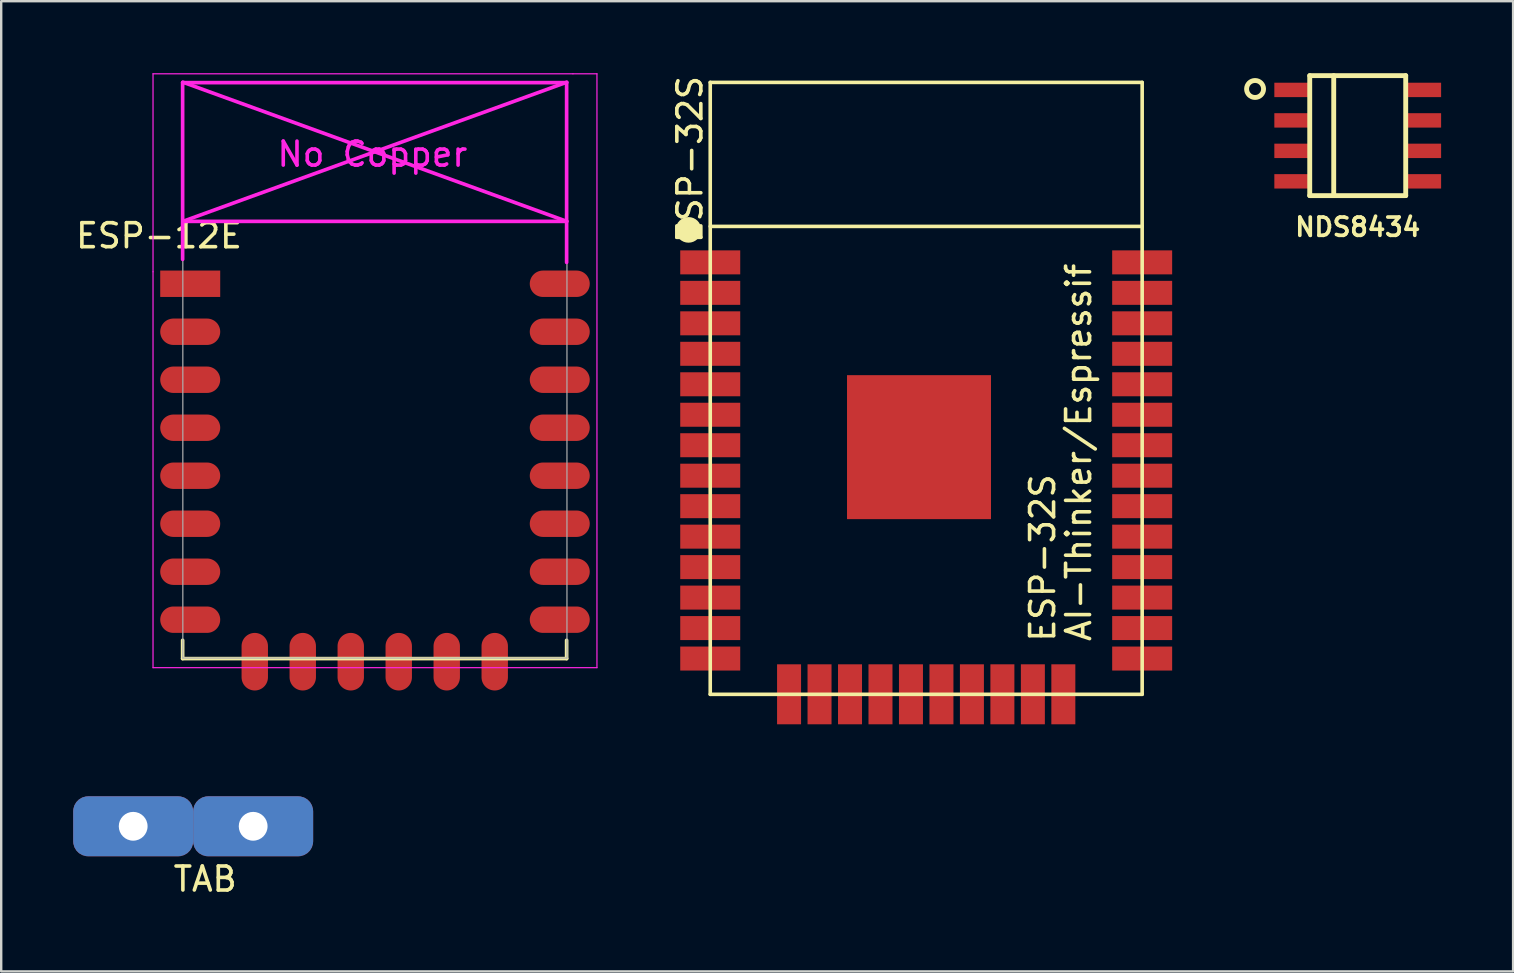
<source format=kicad_pcb>
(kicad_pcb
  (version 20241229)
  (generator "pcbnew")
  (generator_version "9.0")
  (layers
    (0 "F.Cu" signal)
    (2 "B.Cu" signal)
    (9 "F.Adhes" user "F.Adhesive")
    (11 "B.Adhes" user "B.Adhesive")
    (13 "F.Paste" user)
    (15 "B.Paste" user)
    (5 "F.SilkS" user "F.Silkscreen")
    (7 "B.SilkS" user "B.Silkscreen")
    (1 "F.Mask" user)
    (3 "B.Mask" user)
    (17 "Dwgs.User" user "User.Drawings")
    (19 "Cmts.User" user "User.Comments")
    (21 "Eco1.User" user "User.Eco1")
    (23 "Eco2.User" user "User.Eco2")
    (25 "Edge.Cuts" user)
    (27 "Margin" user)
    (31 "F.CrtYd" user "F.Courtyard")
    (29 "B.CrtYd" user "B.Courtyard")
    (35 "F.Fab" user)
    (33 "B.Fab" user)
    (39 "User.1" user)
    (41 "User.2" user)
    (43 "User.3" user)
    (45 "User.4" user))
  (footprint "TAB"
    (layer "F.Cu")
    (at 5 31.384)
    (property "Reference" "TAB" (at 0.5 2.2 0) (layer "F.SilkS") (effects (font (size 1 1) (thickness 0.15))))
    (attr through_hole)
    (pad "1" thru_hole roundrect (at -2.5 0) (size 5 2.5) (drill 1.2) (layers "*.Cu" "*.Mask") (roundrect_rratio 0.25))
    (pad "1" thru_hole roundrect (at 2.5 0) (size 5 2.5) (drill 1.2) (layers "*.Cu" "*.Mask") (roundrect_rratio 0.25)))
  (footprint "NDS8434"
    (layer "F.Cu")
    (at 53.531 2.602)
    (property "Reference" "NDS8434" (at 0 3.81 0) (layer "F.SilkS") (effects (font (size 0.762 0.762) (thickness 0.152))))
    (attr smd)
    (fp_line (start -2 -2.5) (end -2 2.5) (stroke (width 0.203) (type solid)) (layer "F.SilkS"))
    (fp_line (start -2 2.5) (end 2 2.5) (stroke (width 0.203) (type solid)) (layer "F.SilkS"))
    (fp_line (start -1 -2.5) (end -1 2.5) (stroke (width 0.203) (type solid)) (layer "F.SilkS"))
    (fp_line (start 2 -2.5) (end -2 -2.5) (stroke (width 0.203) (type solid)) (layer "F.SilkS"))
    (fp_line (start 2 2.5) (end 2 -2.5) (stroke (width 0.203) (type solid)) (layer "F.SilkS"))
    (fp_circle (center -4.278 -1.944) (end -4.028 -1.694) (stroke (width 0.203) (type solid)) (fill no) (layer "F.SilkS"))
    (pad "1" smd rect (at 2.7 -1.905) (size 1.55 0.6) (layers "F.Cu" "F.Mask" "F.Paste"))
    (pad "2" smd rect (at -2.7 -1.905) (size 1.55 0.6) (layers "F.Cu" "F.Mask" "F.Paste"))
    (pad "2" smd rect (at -2.7 -0.635) (size 1.55 0.6) (layers "F.Cu" "F.Mask" "F.Paste"))
    (pad "2" smd rect (at -2.7 0.635) (size 1.55 0.6) (layers "F.Cu" "F.Mask" "F.Paste"))
    (pad "2" smd rect (at -2.7 1.905) (size 1.55 0.6) (layers "F.Cu" "F.Mask" "F.Paste"))
    (pad "3" smd rect (at 2.7 -0.635) (size 1.55 0.6) (layers "F.Cu" "F.Mask" "F.Paste"))
    (pad "3" smd rect (at 2.7 0.635) (size 1.55 0.6) (layers "F.Cu" "F.Mask" "F.Paste"))
    (pad "3" smd rect (at 2.7 1.905) (size 1.55 0.6) (layers "F.Cu" "F.Mask" "F.Paste")))
  (footprint "ESP-32S"
    (layer "F.Cu")
    (at 35.601 17.401)
    (property "Reference" "ESP-32S" (at -9.9 -13.8 270) (layer "F.SilkS") (effects (font (size 1 1) (thickness 0.15))))
    (attr through_hole)
    (fp_line (start -9.053 -17.017) (end -9.053 8.483) (stroke (width 0.15) (type solid)) (layer "F.SilkS"))
    (fp_line (start 8.947 -17.017) (end -9.053 -17.017) (stroke (width 0.15) (type solid)) (layer "F.SilkS"))
    (fp_line (start 8.947 -17.017) (end 8.947 8.483) (stroke (width 0.15) (type solid)) (layer "F.SilkS"))
    (fp_line (start 8.947 -11.017) (end -9.053 -11.017) (stroke (width 0.15) (type solid)) (layer "F.SilkS"))
    (fp_line (start 8.947 8.483) (end -9.053 8.483) (stroke (width 0.15) (type solid)) (layer "F.SilkS"))
    (fp_circle (center -9.959 -10.871) (end -10.086 -11.125) (stroke (width 0.5) (type solid)) (fill no) (layer "F.SilkS"))
    (fp_text user "ESP-32S" (at 4.8 2.8 90) (layer "F.SilkS") (effects (font (size 1 1) (thickness 0.15))))
    (fp_text user "AI-Thinker/Espressif" (at 6.3 -1.6 90) (layer "F.SilkS") (effects (font (size 1 1) (thickness 0.15))))
    (pad "1" smd rect (at -9.053 -9.517 180) (size 2.5 1) (layers "F.Cu" "F.Mask" "F.Paste"))
    (pad "2" smd rect (at -9.053 -8.247 180) (size 2.5 1) (layers "F.Cu" "F.Mask" "F.Paste"))
    (pad "3" smd rect (at -9.053 -6.977 180) (size 2.5 1) (layers "F.Cu" "F.Mask" "F.Paste"))
    (pad "4" smd rect (at -9.053 -5.707 180) (size 2.5 1) (layers "F.Cu" "F.Mask" "F.Paste"))
    (pad "5" smd rect (at -9.053 -4.437 180) (size 2.5 1) (layers "F.Cu" "F.Mask" "F.Paste"))
    (pad "6" smd rect (at -9.053 -3.167 180) (size 2.5 1) (layers "F.Cu" "F.Mask" "F.Paste"))
    (pad "7" smd rect (at -9.053 -1.897 180) (size 2.5 1) (layers "F.Cu" "F.Mask" "F.Paste"))
    (pad "8" smd rect (at -9.053 -0.627 180) (size 2.5 1) (layers "F.Cu" "F.Mask" "F.Paste"))
    (pad "9" smd rect (at -9.053 0.643 180) (size 2.5 1) (layers "F.Cu" "F.Mask" "F.Paste"))
    (pad "10" smd rect (at -9.053 1.913 180) (size 2.5 1) (layers "F.Cu" "F.Mask" "F.Paste"))
    (pad "11" smd rect (at -9.053 3.183 180) (size 2.5 1) (layers "F.Cu" "F.Mask" "F.Paste"))
    (pad "12" smd rect (at -9.053 4.453 180) (size 2.5 1) (layers "F.Cu" "F.Mask" "F.Paste"))
    (pad "13" smd rect (at -9.053 5.723 180) (size 2.5 1) (layers "F.Cu" "F.Mask" "F.Paste"))
    (pad "14" smd rect (at -9.053 6.993 180) (size 2.5 1) (layers "F.Cu" "F.Mask" "F.Paste"))
    (pad "15" smd rect (at -5.768 8.483 180) (size 1 2.5) (layers "F.Cu" "F.Mask" "F.Paste"))
    (pad "16" smd rect (at -4.498 8.483 180) (size 1 2.5) (layers "F.Cu" "F.Mask" "F.Paste"))
    (pad "17" smd rect (at -3.228 8.483 180) (size 1 2.5) (layers "F.Cu" "F.Mask" "F.Paste"))
    (pad "18" smd rect (at -1.958 8.483 180) (size 1 2.5) (layers "F.Cu" "F.Mask" "F.Paste"))
    (pad "19" smd rect (at -0.688 8.483 180) (size 1 2.5) (layers "F.Cu" "F.Mask" "F.Paste"))
    (pad "20" smd rect (at 0.582 8.483 180) (size 1 2.5) (layers "F.Cu" "F.Mask" "F.Paste"))
    (pad "21" smd rect (at 1.852 8.483 180) (size 1 2.5) (layers "F.Cu" "F.Mask" "F.Paste"))
    (pad "22" smd rect (at 3.122 8.483 180) (size 1 2.5) (layers "F.Cu" "F.Mask" "F.Paste"))
    (pad "23" smd rect (at 4.392 8.483 180) (size 1 2.5) (layers "F.Cu" "F.Mask" "F.Paste"))
    (pad "24" smd rect (at 5.662 8.483 180) (size 1 2.5) (layers "F.Cu" "F.Mask" "F.Paste"))
    (pad "25" smd rect (at 8.947 6.993 180) (size 2.5 1) (layers "F.Cu" "F.Mask" "F.Paste"))
    (pad "26" smd rect (at 8.947 5.723 180) (size 2.5 1) (layers "F.Cu" "F.Mask" "F.Paste"))
    (pad "27" smd rect (at 8.947 4.453 180) (size 2.5 1) (layers "F.Cu" "F.Mask" "F.Paste"))
    (pad "28" smd rect (at 8.947 3.183 180) (size 2.5 1) (layers "F.Cu" "F.Mask" "F.Paste"))
    (pad "29" smd rect (at 8.947 1.913 180) (size 2.5 1) (layers "F.Cu" "F.Mask" "F.Paste"))
    (pad "30" smd rect (at 8.947 0.643 180) (size 2.5 1) (layers "F.Cu" "F.Mask" "F.Paste"))
    (pad "31" smd rect (at 8.947 -0.627 180) (size 2.5 1) (layers "F.Cu" "F.Mask" "F.Paste"))
    (pad "32" smd rect (at 8.947 -1.897 180) (size 2.5 1) (layers "F.Cu" "F.Mask" "F.Paste"))
    (pad "33" smd rect (at 8.947 -3.167 180) (size 2.5 1) (layers "F.Cu" "F.Mask" "F.Paste"))
    (pad "34" smd rect (at 8.947 -4.437 180) (size 2.5 1) (layers "F.Cu" "F.Mask" "F.Paste"))
    (pad "35" smd rect (at 8.947 -5.707 180) (size 2.5 1) (layers "F.Cu" "F.Mask" "F.Paste"))
    (pad "36" smd rect (at 8.947 -6.977 180) (size 2.5 1) (layers "F.Cu" "F.Mask" "F.Paste"))
    (pad "37" smd rect (at 8.947 -8.247 180) (size 2.5 1) (layers "F.Cu" "F.Mask" "F.Paste"))
    (pad "38" smd rect (at 8.947 -9.517 180) (size 2.5 1) (layers "F.Cu" "F.Mask" "F.Paste"))
    (pad "39" smd rect (at -0.353 -1.817 180) (size 6 6) (layers "F.Cu" "F.Mask" "F.Paste")))
  (footprint "ESP-12E"
    (layer "F.Cu")
    (at 5.577 8.775)
    (property "Reference" "ESP-12E" (at -2 -2 0) (layer "F.SilkS") (effects (font (size 1 1) (thickness 0.15))))
    (attr through_hole)
    (fp_line (start -1.016 14.859) (end -1.016 15.621) (stroke (width 0.152) (type solid)) (layer "F.SilkS"))
    (fp_line (start -1.016 15.621) (end 14.986 15.621) (stroke (width 0.152) (type solid)) (layer "F.SilkS"))
    (fp_line (start 14.986 15.621) (end 14.986 14.859) (stroke (width 0.152) (type solid)) (layer "F.SilkS"))
    (fp_line (start -2.25 -8.75) (end 15.25 -8.75) (stroke (width 0.05) (type solid)) (layer "F.CrtYd"))
    (fp_line (start -2.25 -0.5) (end -2.25 -8.75) (stroke (width 0.05) (type solid)) (layer "F.CrtYd"))
    (fp_line (start -2.25 16) (end -2.25 -0.5) (stroke (width 0.05) (type solid)) (layer "F.CrtYd"))
    (fp_line (start -1.016 -8.382) (end -1.016 -1.016) (stroke (width 0.152) (type solid)) (layer "F.CrtYd"))
    (fp_line (start -1.016 -8.382) (end 14.986 -8.382) (stroke (width 0.152) (type solid)) (layer "F.CrtYd"))
    (fp_line (start -1.008 -8.4) (end 14.992 -2.6) (stroke (width 0.152) (type solid)) (layer "F.CrtYd"))
    (fp_line (start -1.008 -2.6) (end 14.992 -2.6) (stroke (width 0.152) (type solid)) (layer "F.CrtYd"))
    (fp_line (start 14.986 -8.382) (end 14.986 -0.889) (stroke (width 0.152) (type solid)) (layer "F.CrtYd"))
    (fp_line (start 14.992 -8.4) (end -1.008 -2.6) (stroke (width 0.152) (type solid)) (layer "F.CrtYd"))
    (fp_line (start 15.25 -8.75) (end 16.25 -8.75) (stroke (width 0.05) (type solid)) (layer "F.CrtYd"))
    (fp_line (start 16.25 -8.75) (end 16.25 16) (stroke (width 0.05) (type solid)) (layer "F.CrtYd"))
    (fp_line (start 16.25 16) (end -2.25 16) (stroke (width 0.05) (type solid)) (layer "F.CrtYd"))
    (fp_line (start -1.008 -8.4) (end 14.992 -8.4) (stroke (width 0.05) (type solid)) (layer "F.Fab"))
    (fp_line (start -1.008 15.6) (end -1.008 -8.4) (stroke (width 0.05) (type solid)) (layer "F.Fab"))
    (fp_line (start 14.992 15.6) (end -1.008 15.6) (stroke (width 0.05) (type solid)) (layer "F.Fab"))
    (fp_line (start 15 -8.4) (end 15 15.6) (stroke (width 0.05) (type solid)) (layer "F.Fab"))
    (fp_text user "No Copper" (at 6.892 -5.4 0) (layer "F.CrtYd") (effects (font (size 1 1) (thickness 0.15))))
    (pad "1" smd rect (at 0 0) (size 2.5 1.1) (drill (offset -0.7 0)) (layers "F.Cu" "F.Mask" "F.Paste"))
    (pad "2" smd oval (at 0 2) (size 2.5 1.1) (drill (offset -0.7 0)) (layers "F.Cu" "F.Mask" "F.Paste"))
    (pad "3" smd oval (at 0 4) (size 2.5 1.1) (drill (offset -0.7 0)) (layers "F.Cu" "F.Mask" "F.Paste"))
    (pad "4" smd oval (at 0 6) (size 2.5 1.1) (drill (offset -0.7 0)) (layers "F.Cu" "F.Mask" "F.Paste"))
    (pad "5" smd oval (at 0 8) (size 2.5 1.1) (drill (offset -0.7 0)) (layers "F.Cu" "F.Mask" "F.Paste"))
    (pad "6" smd oval (at 0 10) (size 2.5 1.1) (drill (offset -0.7 0)) (layers "F.Cu" "F.Mask" "F.Paste"))
    (pad "7" smd oval (at 0 12) (size 2.5 1.1) (drill (offset -0.7 0)) (layers "F.Cu" "F.Mask" "F.Paste"))
    (pad "8" smd oval (at 0 14) (size 2.5 1.1) (drill (offset -0.7 0)) (layers "F.Cu" "F.Mask" "F.Paste"))
    (pad "9" smd oval (at 14 14) (size 2.5 1.1) (drill (offset 0.7 0)) (layers "F.Cu" "F.Mask" "F.Paste"))
    (pad "10" smd oval (at 14 12) (size 2.5 1.1) (drill (offset 0.7 0)) (layers "F.Cu" "F.Mask" "F.Paste"))
    (pad "11" smd oval (at 14 10) (size 2.5 1.1) (drill (offset 0.7 0)) (layers "F.Cu" "F.Mask" "F.Paste"))
    (pad "12" smd oval (at 14 8) (size 2.5 1.1) (drill (offset 0.7 0)) (layers "F.Cu" "F.Mask" "F.Paste"))
    (pad "13" smd oval (at 14 6) (size 2.5 1.1) (drill (offset 0.7 0)) (layers "F.Cu" "F.Mask" "F.Paste"))
    (pad "14" smd oval (at 14 4) (size 2.5 1.1) (drill (offset 0.7 0)) (layers "F.Cu" "F.Mask" "F.Paste"))
    (pad "15" smd oval (at 14 2) (size 2.5 1.1) (drill (offset 0.7 0)) (layers "F.Cu" "F.Mask" "F.Paste"))
    (pad "16" smd oval (at 14 0) (size 2.5 1.1) (drill (offset 0.7 0)) (layers "F.Cu" "F.Mask" "F.Paste"))
    (pad "17" smd oval (at 1.99 15.75 90) (size 2.4 1.1) (layers "F.Cu" "F.Mask" "F.Paste"))
    (pad "18" smd oval (at 3.99 15.75 90) (size 2.4 1.1) (layers "F.Cu" "F.Mask" "F.Paste"))
    (pad "19" smd oval (at 5.99 15.75 90) (size 2.4 1.1) (layers "F.Cu" "F.Mask" "F.Paste"))
    (pad "20" smd oval (at 7.99 15.75 90) (size 2.4 1.1) (layers "F.Cu" "F.Mask" "F.Paste"))
    (pad "21" smd oval (at 9.99 15.75 90) (size 2.4 1.1) (layers "F.Cu" "F.Mask" "F.Paste"))
    (pad "22" smd oval (at 11.99 15.75 90) (size 2.4 1.1) (layers "F.Cu" "F.Mask" "F.Paste")))
  (gr_rect
    (start -3 -3)
    (end 60.006 37.432)
    (stroke (width 0.1) (type default))
    (fill no)
    (layer "Edge.Cuts")))
</source>
